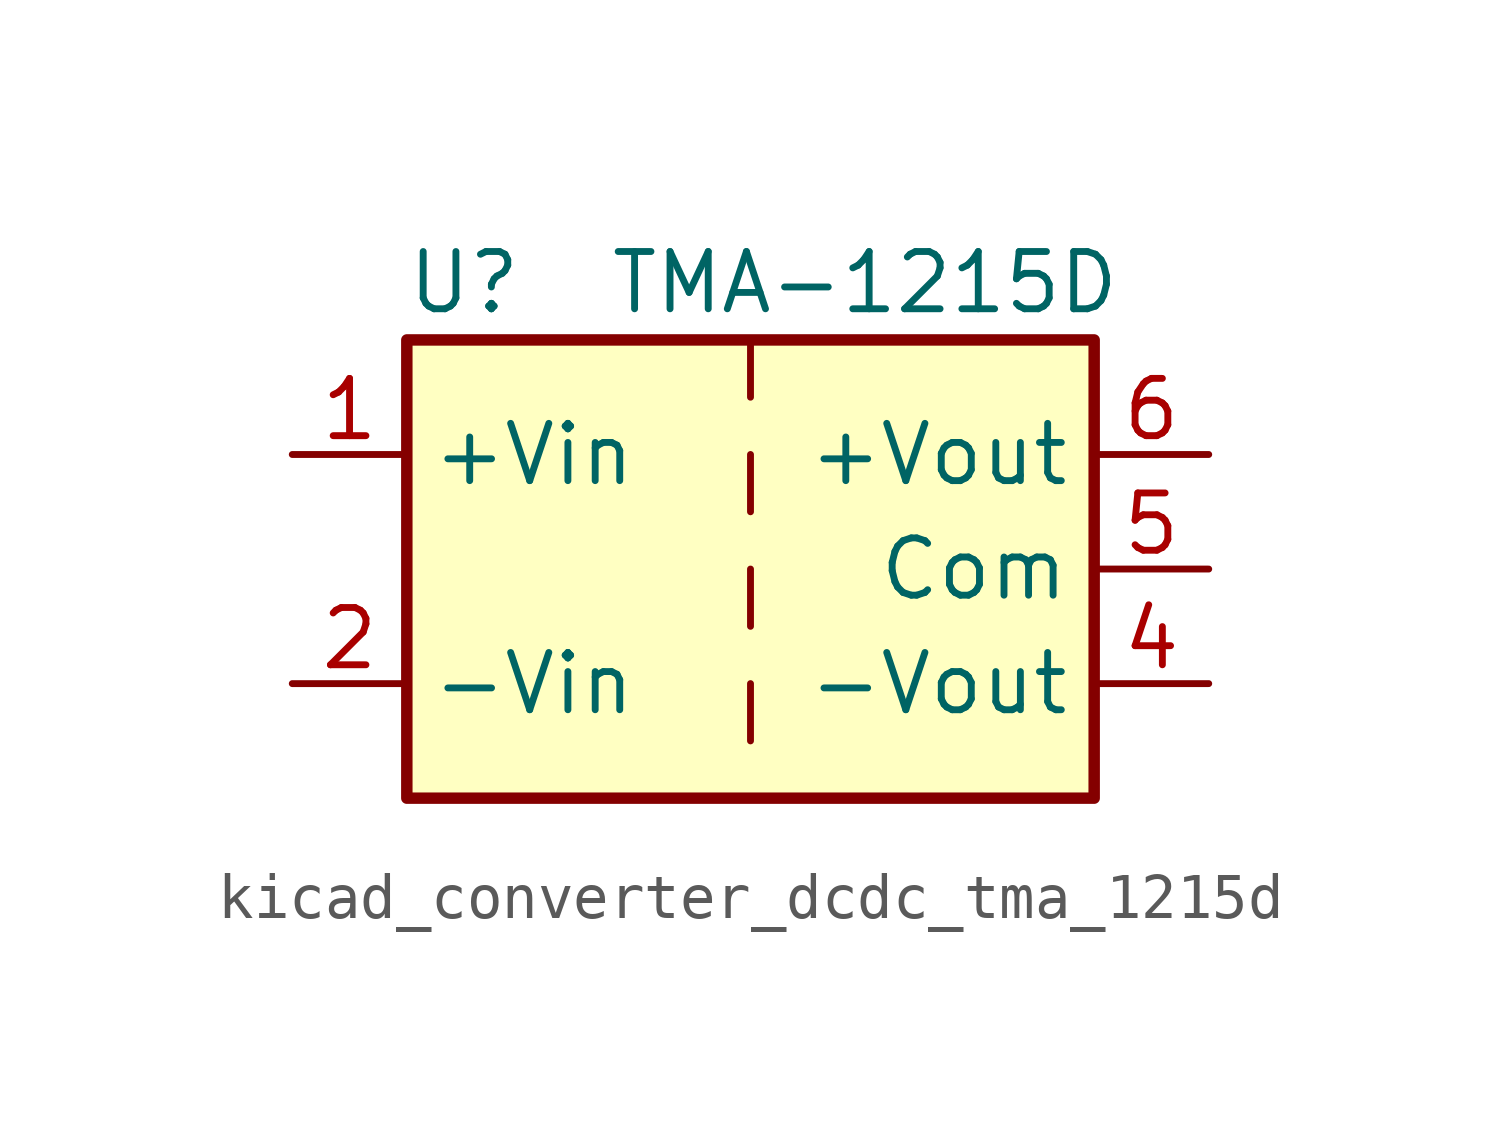
<source format=kicad_sym>
(kicad_symbol_lib
  (version 20220914)
  (generator kicad_symbol_editor)
  (symbol "kicad_converter_dcdc_tma_1215d"
    (property "Reference" "U"
      (at -6.35 6.35 0)
      (effects (font (size 1.27 1.27))))
    (property "Value" "TMA-1215D"
      (at 2.54 6.35 0)
      (effects (font (size 1.27 1.27))))
    (symbol "kicad_converter_dcdc_tma_1215d_0_1"
      (rectangle (start -7.62 5.08) (end 7.62 -5.08) (stroke (width 0.254) (type default)) (fill (type background)))
      (polyline (pts (xy 0 -2.54) (xy 0 -3.81)) (stroke (width 0) (type default)) (fill (type none)))
      (polyline (pts (xy 0 0) (xy 0 -1.27)) (stroke (width 0) (type default)) (fill (type none)))
      (polyline (pts (xy 0 2.54) (xy 0 1.27)) (stroke (width 0) (type default)) (fill (type none)))
      (polyline (pts (xy 0 5.08) (xy 0 3.81)) (stroke (width 0) (type default)) (fill (type none))))
    (symbol "kicad_converter_dcdc_tma_1215d_1_1"
      (pin power_in line (at -10.16 2.54 0) (length 2.54) (name "+Vin" (effects (font (size 1.27 1.27)))) (number "1" (effects (font (size 1.27 1.27)))))
      (pin power_in line (at -10.16 -2.54 0) (length 2.54) (name "-Vin" (effects (font (size 1.27 1.27)))) (number "2" (effects (font (size 1.27 1.27)))))
      (pin power_out line (at 10.16 -2.54 180) (length 2.54) (name "-Vout" (effects (font (size 1.27 1.27)))) (number "4" (effects (font (size 1.27 1.27)))))
      (pin power_out line (at 10.16 0 180) (length 2.54) (name "Com" (effects (font (size 1.27 1.27)))) (number "5" (effects (font (size 1.27 1.27)))))
      (pin power_out line (at 10.16 2.54 180) (length 2.54) (name "+Vout" (effects (font (size 1.27 1.27)))) (number "6" (effects (font (size 1.27 1.27))))))))
</source>
